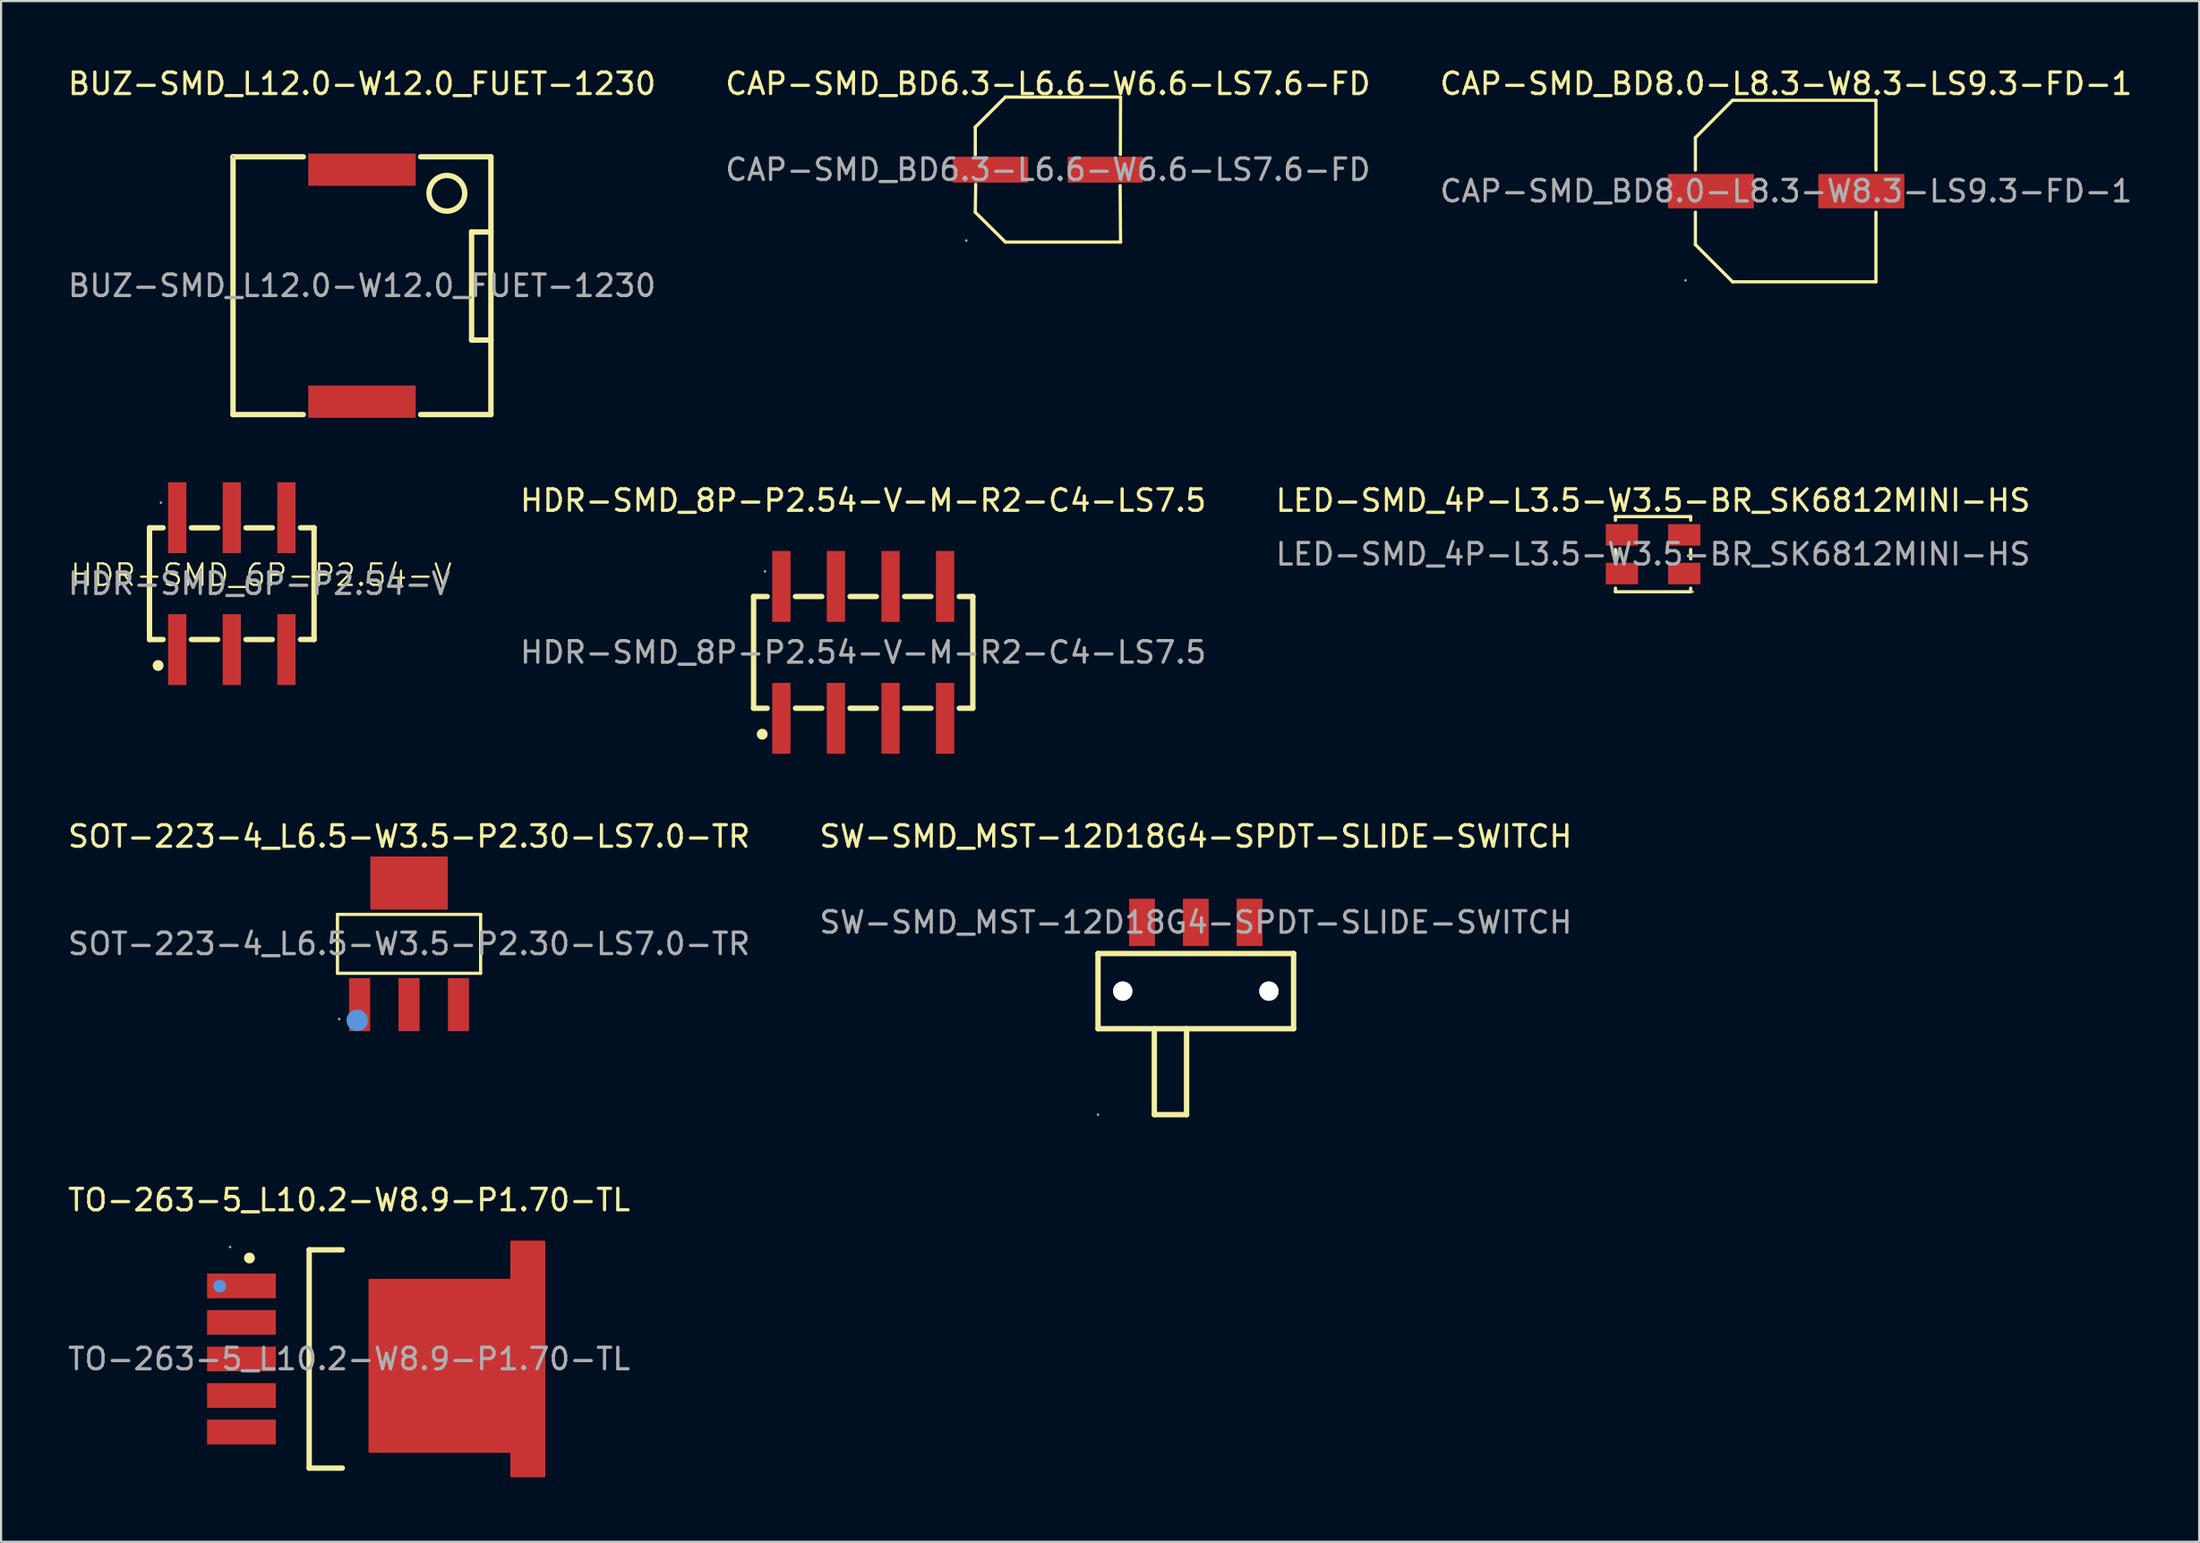
<source format=kicad_pcb>
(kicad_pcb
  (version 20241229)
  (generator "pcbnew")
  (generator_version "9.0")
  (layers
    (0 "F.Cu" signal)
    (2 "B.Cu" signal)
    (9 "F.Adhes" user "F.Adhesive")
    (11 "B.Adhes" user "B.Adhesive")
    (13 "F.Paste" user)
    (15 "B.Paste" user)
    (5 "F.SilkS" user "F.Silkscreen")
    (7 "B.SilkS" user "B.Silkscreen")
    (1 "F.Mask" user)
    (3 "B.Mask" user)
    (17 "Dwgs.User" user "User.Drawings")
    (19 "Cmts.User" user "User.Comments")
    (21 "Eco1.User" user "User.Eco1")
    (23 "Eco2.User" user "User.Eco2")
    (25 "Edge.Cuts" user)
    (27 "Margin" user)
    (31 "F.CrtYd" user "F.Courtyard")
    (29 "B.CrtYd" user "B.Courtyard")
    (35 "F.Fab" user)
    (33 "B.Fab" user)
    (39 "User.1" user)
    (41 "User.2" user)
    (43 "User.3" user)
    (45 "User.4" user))
  (footprint "CAP-SMD_BD8.0-L8.3-W8.3-LS9.3-FD-1"
    (layer "F.Cu")
    (at 80.054 5.848)
    (property "Reference" "CAP-SMD_BD8.0-L8.3-W8.3-LS9.3-FD-1" (at 0 -5 0) (layer "F.SilkS") (effects (font (size 1 1) (thickness 0.15))))
    (attr smd)
    (fp_line (start -4.22 -0.98) (end -4.22 -2.49) (stroke (width 0.15) (type solid)) (layer "F.SilkS"))
    (fp_line (start -4.22 2.49) (end -4.22 0.98) (stroke (width 0.15) (type solid)) (layer "F.SilkS"))
    (fp_line (start -2.49 -4.23) (end -4.22 -2.49) (stroke (width 0.15) (type solid)) (layer "F.SilkS"))
    (fp_line (start -2.49 4.22) (end -4.22 2.49) (stroke (width 0.15) (type solid)) (layer "F.SilkS"))
    (fp_line (start 4.18 -4.23) (end -2.49 -4.23) (stroke (width 0.15) (type solid)) (layer "F.SilkS"))
    (fp_line (start 4.18 -4.23) (end 4.18 -0.98) (stroke (width 0.15) (type solid)) (layer "F.SilkS"))
    (fp_line (start 4.18 0.98) (end 4.18 4.22) (stroke (width 0.15) (type solid)) (layer "F.SilkS"))
    (fp_line (start 4.18 4.22) (end -2.49 4.22) (stroke (width 0.15) (type solid)) (layer "F.SilkS"))
    (fp_circle (center -4.68 4.15) (end -4.65 4.15) (stroke (width 0.06) (type solid)) (fill no) (layer "F.Fab"))
    (fp_text user "${REFERENCE}" (at 0 0 0) (layer "F.Fab") (effects (font (size 1 1) (thickness 0.15))))
    (pad "1" smd rect (at -3.5 0) (size 4 1.6) (layers "F.Cu" "F.Mask" "F.Paste"))
    (pad "2" smd rect (at 3.5 0) (size 4 1.6) (layers "F.Cu" "F.Mask" "F.Paste")))
  (footprint "SW-SMD_MST-12D18G4-SPDT-SLIDE-SWITCH"
    (layer "F.Cu")
    (at 52.589 39.885)
    (property "Reference" "SW-SMD_MST-12D18G4-SPDT-SLIDE-SWITCH" (at 0 -4 0) (layer "F.SilkS") (effects (font (size 1 1) (thickness 0.15))))
    (attr smd)
    (fp_line (start -4.55 1.45) (end 4.55 1.45) (stroke (width 0.25) (type solid)) (layer "F.SilkS"))
    (fp_line (start -4.55 4.95) (end -4.55 1.45) (stroke (width 0.25) (type solid)) (layer "F.SilkS"))
    (fp_line (start -4.55 4.95) (end 4.55 4.95) (stroke (width 0.25) (type solid)) (layer "F.SilkS"))
    (fp_line (start -1.93 4.95) (end -1.93 8.95) (stroke (width 0.25) (type solid)) (layer "F.SilkS"))
    (fp_line (start -1.93 8.95) (end -0.43 8.95) (stroke (width 0.25) (type solid)) (layer "F.SilkS"))
    (fp_line (start -0.43 8.95) (end -0.43 4.95) (stroke (width 0.25) (type solid)) (layer "F.SilkS"))
    (fp_line (start 4.55 4.95) (end 4.55 1.45) (stroke (width 0.25) (type solid)) (layer "F.SilkS"))
    (fp_circle (center -3.4 3.2) (end -3.22 3.2) (stroke (width 0.35) (type solid)) (fill no) (layer "Cmts.User"))
    (fp_circle (center 3.4 3.2) (end 3.58 3.2) (stroke (width 0.35) (type solid)) (fill no) (layer "Cmts.User"))
    (fp_circle (center -4.55 8.95) (end -4.52 8.95) (stroke (width 0.06) (type solid)) (fill no) (layer "F.Fab"))
    (fp_text user "${REFERENCE}" (at 0 0 0) (layer "F.Fab") (effects (font (size 1 1) (thickness 0.15))))
    (pad "" thru_hole circle (at -3.4 3.2) (size 0.9 0.9) (drill 0.9) (layers "*.Cu" "*.Mask"))
    (pad "" thru_hole circle (at 3.4 3.2) (size 0.9 0.9) (drill 0.9) (layers "*.Cu" "*.Mask"))
    (pad "1" smd rect (at -2.5 0) (size 1.2 2.2) (layers "F.Cu" "F.Mask" "F.Paste"))
    (pad "2" smd rect (at 0 0) (size 1.2 2.2) (layers "F.Cu" "F.Mask" "F.Paste"))
    (pad "3" smd rect (at 2.5 0) (size 1.2 2.2) (layers "F.Cu" "F.Mask" "F.Paste")))
  (footprint "TO-263-5_L10.2-W8.9-P1.70-TL"
    (layer "F.Cu")
    (at 13.196 60.208)
    (property "Reference" "TO-263-5_L10.2-W8.9-P1.70-TL" (at 0 -7.4 0) (layer "F.SilkS") (effects (font (size 1 1) (thickness 0.15))))
    (attr smd)
    (fp_line (start -1.86 -5.08) (end -0.32 -5.08) (stroke (width 0.25) (type solid)) (layer "F.SilkS"))
    (fp_line (start -1.86 5.08) (end -1.86 -5.08) (stroke (width 0.25) (type solid)) (layer "F.SilkS"))
    (fp_line (start -0.32 5.08) (end -1.86 5.08) (stroke (width 0.25) (type solid)) (layer "F.SilkS"))
    (fp_circle (center -4.64 -4.7) (end -4.51 -4.7) (stroke (width 0.25) (type solid)) (fill no) (layer "F.SilkS"))
    (fp_circle (center -6.02 -3.39) (end -5.87 -3.39) (stroke (width 0.3) (type solid)) (fill no) (layer "Cmts.User"))
    (fp_circle (center -5.54 -5.21) (end -5.51 -5.21) (stroke (width 0.06) (type solid)) (fill no) (layer "F.Fab"))
    (fp_text user "${REFERENCE}" (at 0 0 0) (layer "F.Fab") (effects (font (size 1 1) (thickness 0.15))))
    (pad "1" smd rect (at -5.01 -3.4) (size 3.2 1.15) (layers "F.Cu" "F.Mask" "F.Paste"))
    (pad "2" smd rect (at -5.01 -1.7) (size 3.2 1.15) (layers "F.Cu" "F.Mask" "F.Paste"))
    (pad "3" smd rect (at -5.01 0) (size 3.2 1.15) (layers "F.Cu" "F.Mask" "F.Paste"))
    (pad "4" smd rect (at -5.01 1.7) (size 3.2 1.15) (layers "F.Cu" "F.Mask" "F.Paste"))
    (pad "5" smd rect (at -5.01 3.4) (size 3.2 1.15) (layers "F.Cu" "F.Mask" "F.Paste"))
    (pad "6" smd custom (at 5.01 0.32) (size 0.01 0.01) (layers "F.Cu" "F.Mask" "F.Paste") (options (anchor circle)) (primitives (gr_poly (pts (xy -4.06 -4) (xy 2.54 -4) (xy 2.54 -5.78) (xy 4.07 -5.78) (xy 4.07 5.14) (xy 2.54 5.14) (xy 2.54 4) (xy -4.06 4)) (width 0.1) (fill yes)))))
  (footprint "LED-SMD_4P-L3.5-W3.5-BR_SK6812MINI-HS"
    (layer "F.Cu")
    (at 73.864 22.747)
    (property "Reference" "LED-SMD_4P-L3.5-W3.5-BR_SK6812MINI-HS" (at 0 -2.5 0) (layer "F.SilkS") (effects (font (size 1 1) (thickness 0.15))))
    (attr smd)
    (fp_line (start -1.75 -1.58) (end -1.75 -1.75) (stroke (width 0.15) (type solid)) (layer "F.SilkS"))
    (fp_line (start -1.75 0.22) (end -1.75 -0.22) (stroke (width 0.15) (type solid)) (layer "F.SilkS"))
    (fp_line (start -1.75 1.75) (end -1.75 1.58) (stroke (width 0.15) (type solid)) (layer "F.SilkS"))
    (fp_line (start 1.75 -1.75) (end -1.75 -1.75) (stroke (width 0.15) (type solid)) (layer "F.SilkS"))
    (fp_line (start 1.75 -1.58) (end 1.75 -1.75) (stroke (width 0.15) (type solid)) (layer "F.SilkS"))
    (fp_line (start 1.75 0.22) (end 1.75 -0.22) (stroke (width 0.15) (type solid)) (layer "F.SilkS"))
    (fp_line (start 1.75 1.75) (end -1.75 1.75) (stroke (width 0.15) (type solid)) (layer "F.SilkS"))
    (fp_line (start 1.75 1.75) (end 1.75 1.58) (stroke (width 0.15) (type solid)) (layer "F.SilkS"))
    (fp_circle (center 1.85 1.75) (end 1.88 1.75) (stroke (width 0.06) (type solid)) (fill no) (layer "F.Fab"))
    (fp_text user "${REFERENCE}" (at 0 0 0) (layer "F.Fab") (effects (font (size 1 1) (thickness 0.15))))
    (pad "1" smd rect (at 1.45 0.9 180) (size 1.5 1) (layers "F.Cu" "F.Mask" "F.Paste"))
    (pad "2" smd rect (at 1.45 -0.9 180) (size 1.5 1) (layers "F.Cu" "F.Mask" "F.Paste"))
    (pad "3" smd rect (at -1.45 -0.9 180) (size 1.5 1) (layers "F.Cu" "F.Mask" "F.Paste"))
    (pad "4" smd rect (at -1.45 0.9 180) (size 1.5 1) (layers "F.Cu" "F.Mask" "F.Paste")))
  (footprint "CAP-SMD_BD6.3-L6.6-W6.6-LS7.6-FD"
    (layer "F.Cu")
    (at 45.708 4.848)
    (property "Reference" "CAP-SMD_BD6.3-L6.6-W6.6-LS7.6-FD" (at 0 -4 0) (layer "F.SilkS") (effects (font (size 1 1) (thickness 0.15))))
    (attr smd)
    (fp_line (start -3.38 -1.98) (end -3.38 -0.69) (stroke (width 0.15) (type solid)) (layer "F.SilkS"))
    (fp_line (start -3.38 1.98) (end -3.36 0.68) (stroke (width 0.15) (type solid)) (layer "F.SilkS"))
    (fp_line (start -1.98 -3.38) (end -3.38 -1.98) (stroke (width 0.15) (type solid)) (layer "F.SilkS"))
    (fp_line (start -1.98 3.37) (end -3.38 1.98) (stroke (width 0.15) (type solid)) (layer "F.SilkS"))
    (fp_line (start 3.36 0.74) (end 3.38 3.37) (stroke (width 0.15) (type solid)) (layer "F.SilkS"))
    (fp_line (start 3.37 -0.71) (end 3.38 -3.38) (stroke (width 0.15) (type solid)) (layer "F.SilkS"))
    (fp_line (start 3.38 -3.38) (end -1.98 -3.38) (stroke (width 0.15) (type solid)) (layer "F.SilkS"))
    (fp_line (start 3.38 3.37) (end -1.98 3.37) (stroke (width 0.15) (type solid)) (layer "F.SilkS"))
    (fp_circle (center -3.8 3.3) (end -3.77 3.3) (stroke (width 0.06) (type solid)) (fill no) (layer "F.Fab"))
    (fp_text user "${REFERENCE}" (at 0 0 0) (layer "F.Fab") (effects (font (size 1 1) (thickness 0.15))))
    (pad "1" smd rect (at -2.67 0) (size 3.5 1.2) (layers "F.Cu" "F.Mask" "F.Paste"))
    (pad "2" smd rect (at 2.67 0) (size 3.5 1.2) (layers "F.Cu" "F.Mask" "F.Paste")))
  (footprint "HDR-SMD_8P-P2.54-V-M-R2-C4-LS7.5"
    (layer "F.Cu")
    (at 37.114 27.317)
    (property "Reference" "HDR-SMD_8P-P2.54-V-M-R2-C4-LS7.5" (at 0 -7.07 0) (layer "F.SilkS") (effects (font (size 1 1) (thickness 0.15))))
    (attr through_hole)
    (fp_line (start -5.1 -2.6) (end -4.47 -2.6) (stroke (width 0.25) (type solid)) (layer "F.SilkS"))
    (fp_line (start -5.1 2.6) (end -5.1 -2.6) (stroke (width 0.25) (type solid)) (layer "F.SilkS"))
    (fp_line (start -4.47 2.6) (end -5.1 2.6) (stroke (width 0.25) (type solid)) (layer "F.SilkS"))
    (fp_line (start -3.15 -2.6) (end -1.93 -2.6) (stroke (width 0.25) (type solid)) (layer "F.SilkS"))
    (fp_line (start -1.93 2.6) (end -3.15 2.6) (stroke (width 0.25) (type solid)) (layer "F.SilkS"))
    (fp_line (start -0.61 -2.6) (end 0.61 -2.6) (stroke (width 0.25) (type solid)) (layer "F.SilkS"))
    (fp_line (start 0.61 2.6) (end -0.61 2.6) (stroke (width 0.25) (type solid)) (layer "F.SilkS"))
    (fp_line (start 1.93 -2.6) (end 3.15 -2.6) (stroke (width 0.25) (type solid)) (layer "F.SilkS"))
    (fp_line (start 3.15 2.6) (end 1.93 2.6) (stroke (width 0.25) (type solid)) (layer "F.SilkS"))
    (fp_line (start 4.47 -2.6) (end 5.1 -2.6) (stroke (width 0.25) (type solid)) (layer "F.SilkS"))
    (fp_line (start 5.1 -2.6) (end 5.1 2.6) (stroke (width 0.25) (type solid)) (layer "F.SilkS"))
    (fp_line (start 5.1 2.6) (end 4.47 2.6) (stroke (width 0.25) (type solid)) (layer "F.SilkS"))
    (fp_circle (center -4.7 3.81) (end -4.57 3.81) (stroke (width 0.25) (type solid)) (fill no) (layer "F.SilkS"))
    (fp_circle (center -4.57 -3.77) (end -4.54 -3.77) (stroke (width 0.06) (type solid)) (fill no) (layer "F.Fab"))
    (fp_text user "${REFERENCE}" (at 0 0 0) (layer "F.Fab") (effects (font (size 1 1) (thickness 0.15))))
    (pad "1" smd rect (at -3.81 3.07) (size 0.85 3.3) (layers "F.Cu" "F.Mask" "F.Paste"))
    (pad "2" smd rect (at -3.81 -3.07) (size 0.85 3.3) (layers "F.Cu" "F.Mask" "F.Paste"))
    (pad "3" smd rect (at -1.27 3.07) (size 0.85 3.3) (layers "F.Cu" "F.Mask" "F.Paste"))
    (pad "4" smd rect (at -1.27 -3.07) (size 0.85 3.3) (layers "F.Cu" "F.Mask" "F.Paste"))
    (pad "5" smd rect (at 1.27 3.07) (size 0.85 3.3) (layers "F.Cu" "F.Mask" "F.Paste"))
    (pad "6" smd rect (at 1.27 -3.07) (size 0.85 3.3) (layers "F.Cu" "F.Mask" "F.Paste"))
    (pad "7" smd rect (at 3.81 3.07) (size 0.85 3.3) (layers "F.Cu" "F.Mask" "F.Paste"))
    (pad "8" smd rect (at 3.81 -3.07) (size 0.85 3.3) (layers "F.Cu" "F.Mask" "F.Paste")))
  (footprint "SOT-223-4_L6.5-W3.5-P2.30-LS7.0-TR"
    (layer "F.Cu")
    (at 15.982 40.885)
    (property "Reference" "SOT-223-4_L6.5-W3.5-P2.30-LS7.0-TR" (at 0 -5 0) (layer "F.SilkS") (effects (font (size 1 1) (thickness 0.15))))
    (attr smd)
    (fp_line (start -3.33 -1.37) (end 3.33 -1.37) (stroke (width 0.15) (type solid)) (layer "F.SilkS"))
    (fp_line (start -3.33 1.37) (end -3.33 -1.37) (stroke (width 0.15) (type solid)) (layer "F.SilkS"))
    (fp_line (start 3.33 -1.37) (end 3.33 1.37) (stroke (width 0.15) (type solid)) (layer "F.SilkS"))
    (fp_line (start 3.33 1.37) (end -3.33 1.37) (stroke (width 0.15) (type solid)) (layer "F.SilkS"))
    (fp_circle (center -2.41 3.56) (end -2.16 3.56) (stroke (width 0.5) (type solid)) (fill no) (layer "Cmts.User"))
    (fp_circle (center -3.25 3.5) (end -3.22 3.5) (stroke (width 0.06) (type solid)) (fill no) (layer "F.Fab"))
    (fp_text user "${REFERENCE}" (at 0 0 0) (layer "F.Fab") (effects (font (size 1 1) (thickness 0.15))))
    (pad "1" smd rect (at -2.3 2.83 270) (size 2.47 0.98) (layers "F.Cu" "F.Mask" "F.Paste"))
    (pad "2" smd rect (at 0 2.83 270) (size 2.47 0.98) (layers "F.Cu" "F.Mask" "F.Paste"))
    (pad "3" smd rect (at 2.3 2.83 270) (size 2.47 0.98) (layers "F.Cu" "F.Mask" "F.Paste"))
    (pad "4" smd rect (at 0 -2.83 270) (size 2.47 3.6) (layers "F.Cu" "F.Mask" "F.Paste")))
  (footprint "HDR-SMD_6P-P2.54-V"
    (layer "F.Cu")
    (at 9.106 24.218)
    (property "Reference" "HDR-SMD_6P-P2.54-V" (at 0 -0.5 0) (unlocked yes) (layer "F.SilkS") (effects (font (size 1 1) (thickness 0.1))))
    (attr smd)
    (fp_line (start -5.2 -2.7) (end -4.57 -2.7) (stroke (width 0.25) (type solid)) (layer "F.SilkS"))
    (fp_line (start -5.2 2.5) (end -5.2 -2.7) (stroke (width 0.25) (type solid)) (layer "F.SilkS"))
    (fp_line (start -4.57 2.5) (end -5.2 2.5) (stroke (width 0.25) (type solid)) (layer "F.SilkS"))
    (fp_line (start -3.25 -2.7) (end -2.03 -2.7) (stroke (width 0.25) (type solid)) (layer "F.SilkS"))
    (fp_line (start -2.03 2.5) (end -3.25 2.5) (stroke (width 0.25) (type solid)) (layer "F.SilkS"))
    (fp_line (start -0.71 -2.7) (end 0.51 -2.7) (stroke (width 0.25) (type solid)) (layer "F.SilkS"))
    (fp_line (start 0.51 2.5) (end -0.71 2.5) (stroke (width 0.25) (type solid)) (layer "F.SilkS"))
    (fp_line (start 1.827 -2.702) (end 2.457 -2.702) (stroke (width 0.25) (type solid)) (layer "F.SilkS"))
    (fp_line (start 2.457 -2.702) (end 2.457 2.498) (stroke (width 0.25) (type solid)) (layer "F.SilkS"))
    (fp_line (start 2.457 2.498) (end 1.827 2.498) (stroke (width 0.25) (type solid)) (layer "F.SilkS"))
    (fp_circle (center -4.8 3.71) (end -4.67 3.71) (stroke (width 0.25) (type solid)) (fill no) (layer "F.SilkS"))
    (fp_circle (center -4.67 -3.87) (end -4.64 -3.87) (stroke (width 0.06) (type solid)) (fill no) (layer "F.Fab"))
    (fp_text user "${REFERENCE}" (at -0.1 -0.1 0) (layer "F.Fab") (effects (font (size 1 1) (thickness 0.15))))
    (pad "1" smd rect (at -3.91 2.97) (size 0.85 3.3) (layers "F.Cu" "F.Mask" "F.Paste"))
    (pad "2" smd rect (at -3.91 -3.17) (size 0.85 3.3) (layers "F.Cu" "F.Mask" "F.Paste"))
    (pad "3" smd rect (at -1.37 2.97) (size 0.85 3.3) (layers "F.Cu" "F.Mask" "F.Paste"))
    (pad "4" smd rect (at -1.37 -3.17) (size 0.85 3.3) (layers "F.Cu" "F.Mask" "F.Paste"))
    (pad "5" smd rect (at 1.17 2.97) (size 0.85 3.3) (layers "F.Cu" "F.Mask" "F.Paste"))
    (pad "6" smd rect (at 1.17 -3.17) (size 0.85 3.3) (layers "F.Cu" "F.Mask" "F.Paste")))
  (footprint "BUZ-SMD_L12.0-W12.0_FUET-1230"
    (layer "F.Cu")
    (at 13.792 10.248)
    (property "Reference" "BUZ-SMD_L12.0-W12.0_FUET-1230" (at 0 -9.4 0) (layer "F.SilkS") (effects (font (size 1 1) (thickness 0.15))))
    (attr smd)
    (fp_line (start -6 -6) (end -6 6) (stroke (width 0.25) (type solid)) (layer "F.SilkS"))
    (fp_line (start -6 6) (end -2.73 6) (stroke (width 0.25) (type solid)) (layer "F.SilkS"))
    (fp_line (start -2.73 -6) (end -6 -6) (stroke (width 0.25) (type solid)) (layer "F.SilkS"))
    (fp_line (start 2.73 6) (end 6 6) (stroke (width 0.25) (type solid)) (layer "F.SilkS"))
    (fp_line (start 5.1 -2.5) (end 6 -2.5) (stroke (width 0.25) (type solid)) (layer "F.SilkS"))
    (fp_line (start 5.1 2.53) (end 5.1 -2.5) (stroke (width 0.25) (type solid)) (layer "F.SilkS"))
    (fp_line (start 6 -6) (end 2.73 -6) (stroke (width 0.25) (type solid)) (layer "F.SilkS"))
    (fp_line (start 6 2.53) (end 5.1 2.53) (stroke (width 0.25) (type solid)) (layer "F.SilkS"))
    (fp_line (start 6 6) (end 6 -6) (stroke (width 0.25) (type solid)) (layer "F.SilkS"))
    (fp_circle (center 3.95 -4.3) (end 4.78 -4.3) (stroke (width 0.25) (type solid)) (fill no) (layer "F.SilkS"))
    (fp_circle (center -6 -6) (end -5.97 -6) (stroke (width 0.06) (type solid)) (fill no) (layer "F.Fab"))
    (fp_text user "${REFERENCE}" (at 0 0 0) (layer "F.Fab") (effects (font (size 1 1) (thickness 0.15))))
    (pad "1" smd rect (at 0 -5.4 90) (size 1.5 5) (layers "F.Cu" "F.Mask" "F.Paste"))
    (pad "2" smd rect (at 0 5.4 90) (size 1.5 5) (layers "F.Cu" "F.Mask" "F.Paste")))
  (gr_rect
    (start -3 -3)
    (end 99.274 68.718)
    (stroke (width 0.1) (type default))
    (fill no)
    (layer "Edge.Cuts")))
</source>
